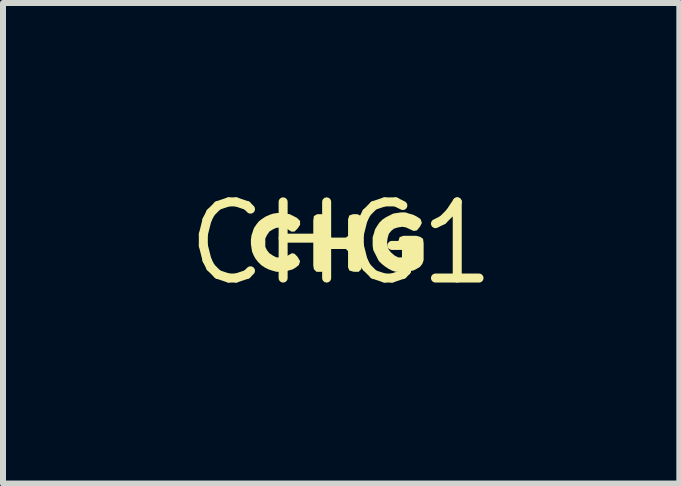
<source format=kicad_pcb>
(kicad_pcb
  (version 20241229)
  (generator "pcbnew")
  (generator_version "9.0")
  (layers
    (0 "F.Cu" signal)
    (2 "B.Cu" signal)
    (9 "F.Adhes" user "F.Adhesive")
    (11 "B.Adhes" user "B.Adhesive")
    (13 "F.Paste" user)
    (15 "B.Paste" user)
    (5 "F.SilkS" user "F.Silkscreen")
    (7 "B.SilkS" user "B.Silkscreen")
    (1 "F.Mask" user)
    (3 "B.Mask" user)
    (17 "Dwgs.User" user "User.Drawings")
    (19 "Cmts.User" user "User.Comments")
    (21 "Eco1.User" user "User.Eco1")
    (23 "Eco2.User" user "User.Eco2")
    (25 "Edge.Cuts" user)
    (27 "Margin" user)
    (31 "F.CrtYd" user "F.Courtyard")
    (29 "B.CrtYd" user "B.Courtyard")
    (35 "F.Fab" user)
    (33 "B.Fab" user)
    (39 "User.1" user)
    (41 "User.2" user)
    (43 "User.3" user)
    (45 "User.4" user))
  (footprint "CHG1"
    (layer "F.Cu")
    (at 2.638 1.006)
    (property "Reference" "CHG1" (at 0 0 0) (layer "F.SilkS") (effects (font (size 1.27 1.27) (thickness 0.15))))
    (fp_poly (pts (xy -0.246 -0.464) (xy -0.225 -0.401) (xy -0.225 -0.132) (xy -0.198 -0.095) (xy 0.078 -0.095) (xy 0.115 -0.122) (xy 0.115 -0.401) (xy 0.136 -0.464) (xy 0.199 -0.485) (xy 0.271 -0.485) (xy 0.335 -0.453) (xy 0.345 -0.39) (xy 0.355 0.371) (xy 0.334 0.433) (xy 0.292 0.475) (xy 0.209 0.475) (xy 0.136 0.454) (xy 0.115 0.401) (xy 0.115 0.132) (xy 0.078 0.095) (xy -0.188 0.095) (xy -0.225 0.132) (xy -0.225 0.401) (xy -0.257 0.454) (xy -0.319 0.475) (xy -0.412 0.475) (xy -0.455 0.432) (xy -0.465 0.37) (xy -0.465 -0.38) (xy -0.455 -0.453) (xy -0.401 -0.485) (xy -0.319 -0.485)) (stroke (width 0) (type solid)) (fill yes) (layer "F.SilkS"))
    (fp_poly (pts (xy -0.929 -0.495) (xy -0.858 -0.485) (xy -0.737 -0.424) (xy -0.685 -0.372) (xy -0.685 -0.308) (xy -0.726 -0.247) (xy -0.778 -0.195) (xy -0.832 -0.195) (xy -0.892 -0.235) (xy -0.951 -0.255) (xy -1.02 -0.265) (xy -1.088 -0.255) (xy -1.148 -0.226) (xy -1.196 -0.196) (xy -1.236 -0.137) (xy -1.265 -0.079) (xy -1.265 0.059) (xy -1.236 0.117) (xy -1.197 0.166) (xy -1.137 0.206) (xy -1.079 0.235) (xy -0.951 0.235) (xy -0.892 0.206) (xy -0.821 0.165) (xy -0.777 0.175) (xy -0.726 0.227) (xy -0.685 0.299) (xy -0.706 0.363) (xy -0.757 0.404) (xy -0.808 0.435) (xy -0.879 0.455) (xy -0.949 0.475) (xy -1.081 0.475) (xy -1.151 0.455) (xy -1.212 0.435) (xy -1.273 0.404) (xy -1.333 0.364) (xy -1.384 0.313) (xy -1.424 0.263) (xy -1.454 0.212) (xy -1.485 0.141) (xy -1.495 0.081) (xy -1.505 0.01) (xy -1.505 -0.06) (xy -1.495 -0.131) (xy -1.475 -0.192) (xy -1.455 -0.252) (xy -1.414 -0.313) (xy -1.374 -0.364) (xy -1.323 -0.404) (xy -1.262 -0.444) (xy -1.192 -0.475) (xy -1.131 -0.495) (xy -1.06 -0.505) (xy -1 -0.505)) (stroke (width 0) (type solid)) (fill yes) (layer "F.SilkS"))
    (fp_poly (pts (xy 1.131 -0.495) (xy 1.202 -0.475) (xy 1.263 -0.444) (xy 1.324 -0.403) (xy 1.345 -0.34) (xy 1.314 -0.277) (xy 1.263 -0.215) (xy 1.209 -0.205) (xy 1.079 -0.265) (xy 1.02 -0.275) (xy 0.951 -0.265) (xy 0.882 -0.245) (xy 0.834 -0.206) (xy 0.795 -0.158) (xy 0.775 -0.089) (xy 0.765 -0.02) (xy 0.775 0.049) (xy 0.794 0.108) (xy 0.834 0.156) (xy 0.893 0.206) (xy 0.951 0.235) (xy 1.079 0.235) (xy 1.135 0.207) (xy 1.135 0.085) (xy 0.998 0.075) (xy 0.955 0.032) (xy 0.955 -0.041) (xy 0.976 -0.104) (xy 1.039 -0.125) (xy 1.251 -0.125) (xy 1.322 -0.105) (xy 1.365 -0.073) (xy 1.375 -0.000355) (xy 1.375 0.281) (xy 1.354 0.342) (xy 1.313 0.394) (xy 1.262 0.424) (xy 1.202 0.455) (xy 1.131 0.465) (xy 1.06 0.475) (xy 0.909 0.475) (xy 0.848 0.455) (xy 0.787 0.424) (xy 0.727 0.384) (xy 0.677 0.344) (xy 0.626 0.293) (xy 0.535 0.112) (xy 0.525 0.04) (xy 0.525 -0.101) (xy 0.545 -0.161) (xy 0.565 -0.232) (xy 0.596 -0.283) (xy 0.636 -0.343) (xy 0.687 -0.394) (xy 0.747 -0.434) (xy 0.868 -0.495) (xy 0.929 -0.505) (xy 1 -0.515) (xy 1.071 -0.515)) (stroke (width 0) (type solid)) (fill yes) (layer "F.SilkS")))
  (gr_rect
    (start -3 -3)
    (end 8.276 5.012)
    (stroke (width 0.1) (type default))
    (fill no)
    (layer "Edge.Cuts")))
</source>
